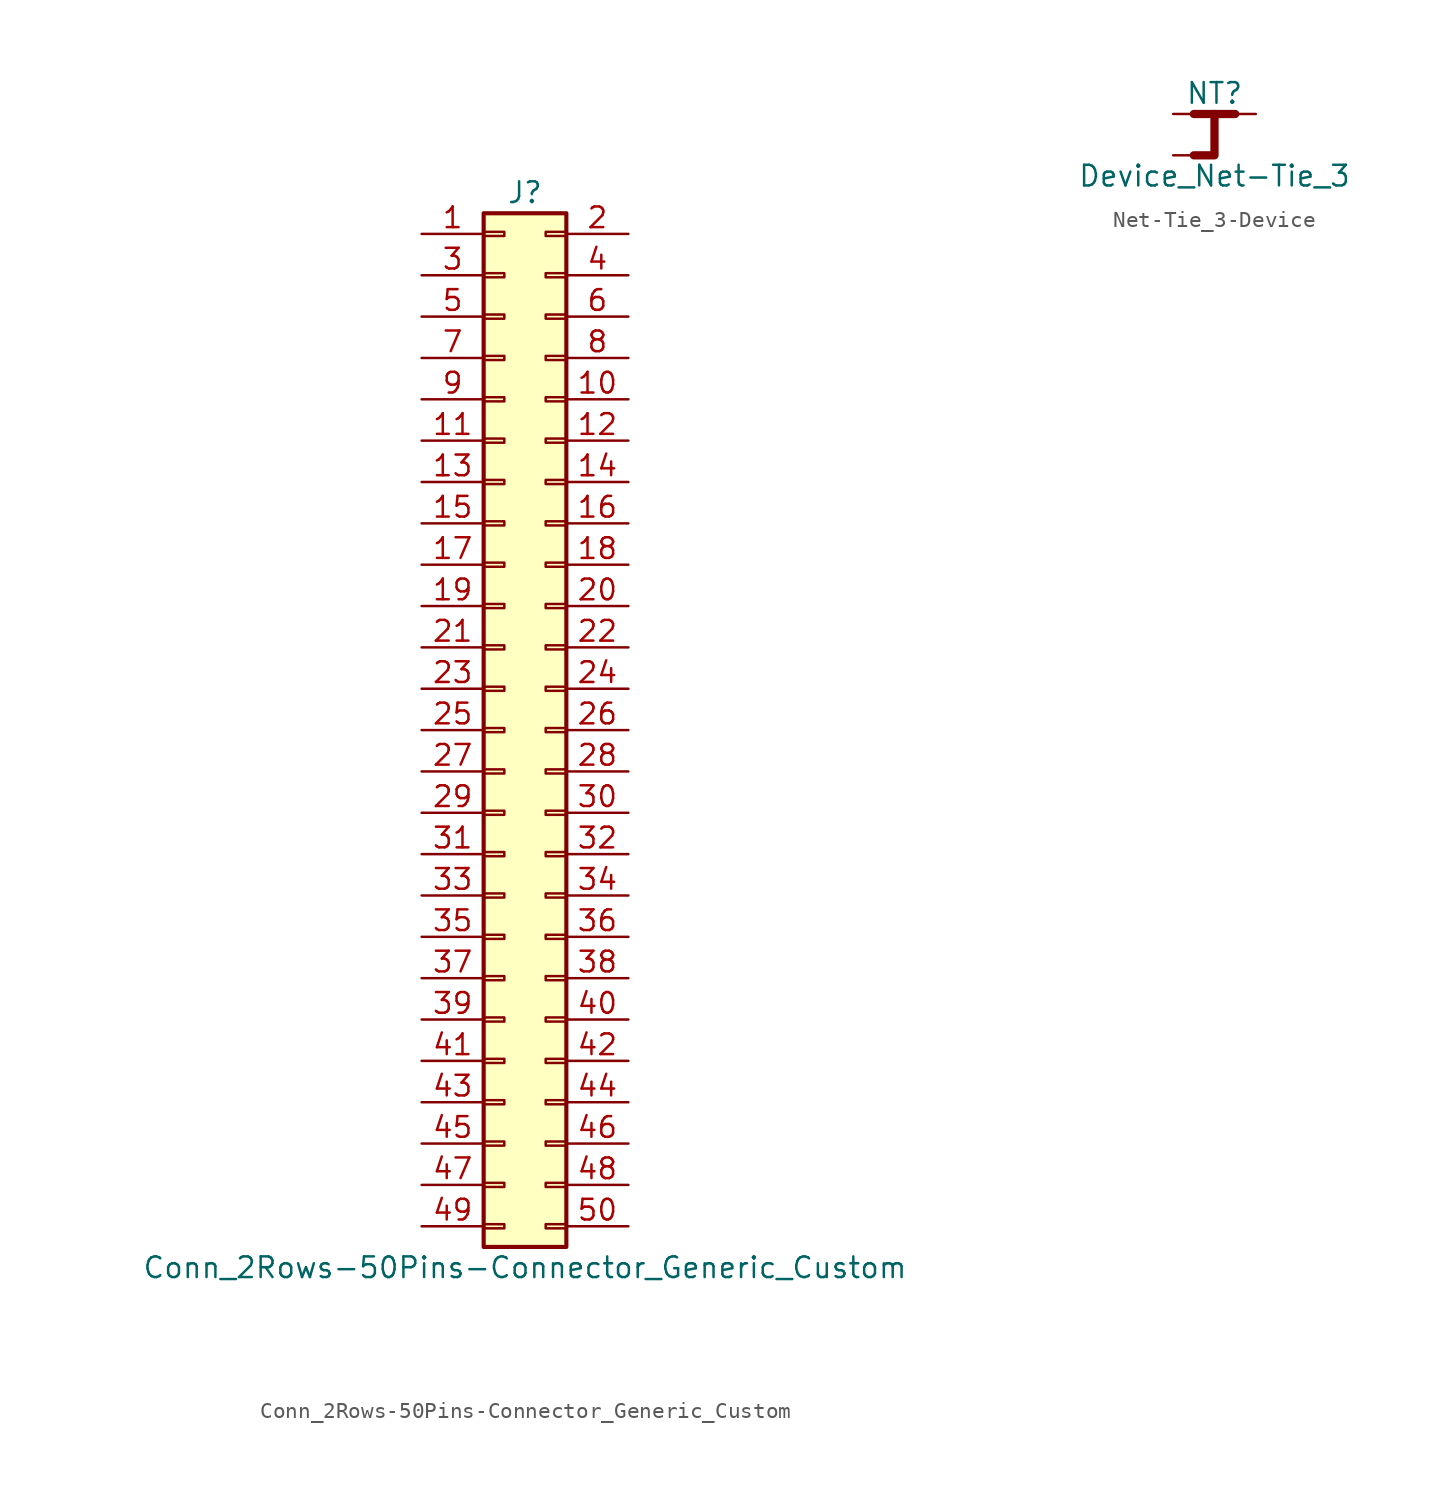
<source format=kicad_sym>
(kicad_symbol_lib
  (version 20231120)
  (generator "kicad_symbol_editor")
  (generator_version "8.0")
  (symbol "Conn_2Rows-50Pins-Connector_Generic_Custom"
    (pin_names
      (offset 1.016) hide)
    (property "Reference" "J"
      (at 1.27 33.02 0)
      (effects (font (size 1.27 1.27))))
    (property "Value" "Conn_2Rows-50Pins-Connector_Generic_Custom"
      (at 1.27 -33.02 0)
      (effects (font (size 1.27 1.27))))
    (symbol "Conn_2Rows-50Pins-Connector_Generic_Custom_1_1"
      (rectangle (start -1.27 -30.353) (end 0 -30.607) (stroke (width 0.152) (type solid)) (fill (type none)))
      (rectangle (start -1.27 -27.813) (end 0 -28.067) (stroke (width 0.152) (type solid)) (fill (type none)))
      (rectangle (start -1.27 -25.273) (end 0 -25.527) (stroke (width 0.152) (type solid)) (fill (type none)))
      (rectangle (start -1.27 -22.733) (end 0 -22.987) (stroke (width 0.152) (type solid)) (fill (type none)))
      (rectangle (start -1.27 -20.193) (end 0 -20.447) (stroke (width 0.152) (type solid)) (fill (type none)))
      (rectangle (start -1.27 -17.653) (end 0 -17.907) (stroke (width 0.152) (type solid)) (fill (type none)))
      (rectangle (start -1.27 -15.113) (end 0 -15.367) (stroke (width 0.152) (type solid)) (fill (type none)))
      (rectangle (start -1.27 -12.573) (end 0 -12.827) (stroke (width 0.152) (type solid)) (fill (type none)))
      (rectangle (start -1.27 -10.033) (end 0 -10.287) (stroke (width 0.152) (type solid)) (fill (type none)))
      (rectangle (start -1.27 -7.493) (end 0 -7.747) (stroke (width 0.152) (type solid)) (fill (type none)))
      (rectangle (start -1.27 -4.953) (end 0 -5.207) (stroke (width 0.152) (type solid)) (fill (type none)))
      (rectangle (start -1.27 -2.413) (end 0 -2.667) (stroke (width 0.152) (type solid)) (fill (type none)))
      (rectangle (start -1.27 0.127) (end 0 -0.127) (stroke (width 0.152) (type solid)) (fill (type none)))
      (rectangle (start -1.27 2.667) (end 0 2.413) (stroke (width 0.152) (type solid)) (fill (type none)))
      (rectangle (start -1.27 5.207) (end 0 4.953) (stroke (width 0.152) (type solid)) (fill (type none)))
      (rectangle (start -1.27 7.747) (end 0 7.493) (stroke (width 0.152) (type solid)) (fill (type none)))
      (rectangle (start -1.27 10.287) (end 0 10.033) (stroke (width 0.152) (type solid)) (fill (type none)))
      (rectangle (start -1.27 12.827) (end 0 12.573) (stroke (width 0.152) (type solid)) (fill (type none)))
      (rectangle (start -1.27 15.367) (end 0 15.113) (stroke (width 0.152) (type solid)) (fill (type none)))
      (rectangle (start -1.27 17.907) (end 0 17.653) (stroke (width 0.152) (type solid)) (fill (type none)))
      (rectangle (start -1.27 20.447) (end 0 20.193) (stroke (width 0.152) (type solid)) (fill (type none)))
      (rectangle (start -1.27 22.987) (end 0 22.733) (stroke (width 0.152) (type solid)) (fill (type none)))
      (rectangle (start -1.27 25.527) (end 0 25.273) (stroke (width 0.152) (type solid)) (fill (type none)))
      (rectangle (start -1.27 28.067) (end 0 27.813) (stroke (width 0.152) (type solid)) (fill (type none)))
      (rectangle (start -1.27 30.607) (end 0 30.353) (stroke (width 0.152) (type solid)) (fill (type none)))
      (rectangle (start -1.27 31.75) (end 3.81 -31.75) (stroke (width 0.254) (type solid)) (fill (type background)))
      (rectangle (start 3.81 -30.353) (end 2.54 -30.607) (stroke (width 0.152) (type solid)) (fill (type none)))
      (rectangle (start 3.81 -27.813) (end 2.54 -28.067) (stroke (width 0.152) (type solid)) (fill (type none)))
      (rectangle (start 3.81 -25.273) (end 2.54 -25.527) (stroke (width 0.152) (type solid)) (fill (type none)))
      (rectangle (start 3.81 -22.733) (end 2.54 -22.987) (stroke (width 0.152) (type solid)) (fill (type none)))
      (rectangle (start 3.81 -20.193) (end 2.54 -20.447) (stroke (width 0.152) (type solid)) (fill (type none)))
      (rectangle (start 3.81 -17.653) (end 2.54 -17.907) (stroke (width 0.152) (type solid)) (fill (type none)))
      (rectangle (start 3.81 -15.113) (end 2.54 -15.367) (stroke (width 0.152) (type solid)) (fill (type none)))
      (rectangle (start 3.81 -12.573) (end 2.54 -12.827) (stroke (width 0.152) (type solid)) (fill (type none)))
      (rectangle (start 3.81 -10.033) (end 2.54 -10.287) (stroke (width 0.152) (type solid)) (fill (type none)))
      (rectangle (start 3.81 -7.493) (end 2.54 -7.747) (stroke (width 0.152) (type solid)) (fill (type none)))
      (rectangle (start 3.81 -4.953) (end 2.54 -5.207) (stroke (width 0.152) (type solid)) (fill (type none)))
      (rectangle (start 3.81 -2.413) (end 2.54 -2.667) (stroke (width 0.152) (type solid)) (fill (type none)))
      (rectangle (start 3.81 0.127) (end 2.54 -0.127) (stroke (width 0.152) (type solid)) (fill (type none)))
      (rectangle (start 3.81 2.667) (end 2.54 2.413) (stroke (width 0.152) (type solid)) (fill (type none)))
      (rectangle (start 3.81 5.207) (end 2.54 4.953) (stroke (width 0.152) (type solid)) (fill (type none)))
      (rectangle (start 3.81 7.747) (end 2.54 7.493) (stroke (width 0.152) (type solid)) (fill (type none)))
      (rectangle (start 3.81 10.287) (end 2.54 10.033) (stroke (width 0.152) (type solid)) (fill (type none)))
      (rectangle (start 3.81 12.827) (end 2.54 12.573) (stroke (width 0.152) (type solid)) (fill (type none)))
      (rectangle (start 3.81 15.367) (end 2.54 15.113) (stroke (width 0.152) (type solid)) (fill (type none)))
      (rectangle (start 3.81 17.907) (end 2.54 17.653) (stroke (width 0.152) (type solid)) (fill (type none)))
      (rectangle (start 3.81 20.447) (end 2.54 20.193) (stroke (width 0.152) (type solid)) (fill (type none)))
      (rectangle (start 3.81 22.987) (end 2.54 22.733) (stroke (width 0.152) (type solid)) (fill (type none)))
      (rectangle (start 3.81 25.527) (end 2.54 25.273) (stroke (width 0.152) (type solid)) (fill (type none)))
      (rectangle (start 3.81 28.067) (end 2.54 27.813) (stroke (width 0.152) (type solid)) (fill (type none)))
      (rectangle (start 3.81 30.607) (end 2.54 30.353) (stroke (width 0.152) (type solid)) (fill (type none)))
      (pin passive line (at -5.08 30.48 0) (length 3.81) (name "Pin_1" (effects (font (size 1.27 1.27)))) (number "1" (effects (font (size 1.27 1.27)))))
      (pin passive line (at 7.62 20.32 180) (length 3.81) (name "Pin_10" (effects (font (size 1.27 1.27)))) (number "10" (effects (font (size 1.27 1.27)))))
      (pin passive line (at -5.08 17.78 0) (length 3.81) (name "Pin_11" (effects (font (size 1.27 1.27)))) (number "11" (effects (font (size 1.27 1.27)))))
      (pin passive line (at 7.62 17.78 180) (length 3.81) (name "Pin_12" (effects (font (size 1.27 1.27)))) (number "12" (effects (font (size 1.27 1.27)))))
      (pin passive line (at -5.08 15.24 0) (length 3.81) (name "Pin_13" (effects (font (size 1.27 1.27)))) (number "13" (effects (font (size 1.27 1.27)))))
      (pin passive line (at 7.62 15.24 180) (length 3.81) (name "Pin_14" (effects (font (size 1.27 1.27)))) (number "14" (effects (font (size 1.27 1.27)))))
      (pin passive line (at -5.08 12.7 0) (length 3.81) (name "Pin_15" (effects (font (size 1.27 1.27)))) (number "15" (effects (font (size 1.27 1.27)))))
      (pin passive line (at 7.62 12.7 180) (length 3.81) (name "Pin_16" (effects (font (size 1.27 1.27)))) (number "16" (effects (font (size 1.27 1.27)))))
      (pin passive line (at -5.08 10.16 0) (length 3.81) (name "Pin_17" (effects (font (size 1.27 1.27)))) (number "17" (effects (font (size 1.27 1.27)))))
      (pin passive line (at 7.62 10.16 180) (length 3.81) (name "Pin_18" (effects (font (size 1.27 1.27)))) (number "18" (effects (font (size 1.27 1.27)))))
      (pin passive line (at -5.08 7.62 0) (length 3.81) (name "Pin_19" (effects (font (size 1.27 1.27)))) (number "19" (effects (font (size 1.27 1.27)))))
      (pin passive line (at 7.62 30.48 180) (length 3.81) (name "Pin_2" (effects (font (size 1.27 1.27)))) (number "2" (effects (font (size 1.27 1.27)))))
      (pin passive line (at 7.62 7.62 180) (length 3.81) (name "Pin_20" (effects (font (size 1.27 1.27)))) (number "20" (effects (font (size 1.27 1.27)))))
      (pin passive line (at -5.08 5.08 0) (length 3.81) (name "Pin_21" (effects (font (size 1.27 1.27)))) (number "21" (effects (font (size 1.27 1.27)))))
      (pin passive line (at 7.62 5.08 180) (length 3.81) (name "Pin_22" (effects (font (size 1.27 1.27)))) (number "22" (effects (font (size 1.27 1.27)))))
      (pin passive line (at -5.08 2.54 0) (length 3.81) (name "Pin_23" (effects (font (size 1.27 1.27)))) (number "23" (effects (font (size 1.27 1.27)))))
      (pin passive line (at 7.62 2.54 180) (length 3.81) (name "Pin_24" (effects (font (size 1.27 1.27)))) (number "24" (effects (font (size 1.27 1.27)))))
      (pin passive line (at -5.08 0 0) (length 3.81) (name "Pin_25" (effects (font (size 1.27 1.27)))) (number "25" (effects (font (size 1.27 1.27)))))
      (pin passive line (at 7.62 0 180) (length 3.81) (name "Pin_26" (effects (font (size 1.27 1.27)))) (number "26" (effects (font (size 1.27 1.27)))))
      (pin passive line (at -5.08 -2.54 0) (length 3.81) (name "Pin_27" (effects (font (size 1.27 1.27)))) (number "27" (effects (font (size 1.27 1.27)))))
      (pin passive line (at 7.62 -2.54 180) (length 3.81) (name "Pin_28" (effects (font (size 1.27 1.27)))) (number "28" (effects (font (size 1.27 1.27)))))
      (pin passive line (at -5.08 -5.08 0) (length 3.81) (name "Pin_29" (effects (font (size 1.27 1.27)))) (number "29" (effects (font (size 1.27 1.27)))))
      (pin passive line (at -5.08 27.94 0) (length 3.81) (name "Pin_3" (effects (font (size 1.27 1.27)))) (number "3" (effects (font (size 1.27 1.27)))))
      (pin passive line (at 7.62 -5.08 180) (length 3.81) (name "Pin_30" (effects (font (size 1.27 1.27)))) (number "30" (effects (font (size 1.27 1.27)))))
      (pin passive line (at -5.08 -7.62 0) (length 3.81) (name "Pin_31" (effects (font (size 1.27 1.27)))) (number "31" (effects (font (size 1.27 1.27)))))
      (pin passive line (at 7.62 -7.62 180) (length 3.81) (name "Pin_32" (effects (font (size 1.27 1.27)))) (number "32" (effects (font (size 1.27 1.27)))))
      (pin passive line (at -5.08 -10.16 0) (length 3.81) (name "Pin_33" (effects (font (size 1.27 1.27)))) (number "33" (effects (font (size 1.27 1.27)))))
      (pin passive line (at 7.62 -10.16 180) (length 3.81) (name "Pin_34" (effects (font (size 1.27 1.27)))) (number "34" (effects (font (size 1.27 1.27)))))
      (pin passive line (at -5.08 -12.7 0) (length 3.81) (name "Pin_35" (effects (font (size 1.27 1.27)))) (number "35" (effects (font (size 1.27 1.27)))))
      (pin passive line (at 7.62 -12.7 180) (length 3.81) (name "Pin_36" (effects (font (size 1.27 1.27)))) (number "36" (effects (font (size 1.27 1.27)))))
      (pin passive line (at -5.08 -15.24 0) (length 3.81) (name "Pin_37" (effects (font (size 1.27 1.27)))) (number "37" (effects (font (size 1.27 1.27)))))
      (pin passive line (at 7.62 -15.24 180) (length 3.81) (name "Pin_38" (effects (font (size 1.27 1.27)))) (number "38" (effects (font (size 1.27 1.27)))))
      (pin passive line (at -5.08 -17.78 0) (length 3.81) (name "Pin_39" (effects (font (size 1.27 1.27)))) (number "39" (effects (font (size 1.27 1.27)))))
      (pin passive line (at 7.62 27.94 180) (length 3.81) (name "Pin_4" (effects (font (size 1.27 1.27)))) (number "4" (effects (font (size 1.27 1.27)))))
      (pin passive line (at 7.62 -17.78 180) (length 3.81) (name "Pin_40" (effects (font (size 1.27 1.27)))) (number "40" (effects (font (size 1.27 1.27)))))
      (pin passive line (at -5.08 -20.32 0) (length 3.81) (name "Pin_41" (effects (font (size 1.27 1.27)))) (number "41" (effects (font (size 1.27 1.27)))))
      (pin passive line (at 7.62 -20.32 180) (length 3.81) (name "Pin_42" (effects (font (size 1.27 1.27)))) (number "42" (effects (font (size 1.27 1.27)))))
      (pin passive line (at -5.08 -22.86 0) (length 3.81) (name "Pin_43" (effects (font (size 1.27 1.27)))) (number "43" (effects (font (size 1.27 1.27)))))
      (pin passive line (at 7.62 -22.86 180) (length 3.81) (name "Pin_44" (effects (font (size 1.27 1.27)))) (number "44" (effects (font (size 1.27 1.27)))))
      (pin passive line (at -5.08 -25.4 0) (length 3.81) (name "Pin_45" (effects (font (size 1.27 1.27)))) (number "45" (effects (font (size 1.27 1.27)))))
      (pin passive line (at 7.62 -25.4 180) (length 3.81) (name "Pin_46" (effects (font (size 1.27 1.27)))) (number "46" (effects (font (size 1.27 1.27)))))
      (pin passive line (at -5.08 -27.94 0) (length 3.81) (name "Pin_47" (effects (font (size 1.27 1.27)))) (number "47" (effects (font (size 1.27 1.27)))))
      (pin passive line (at 7.62 -27.94 180) (length 3.81) (name "Pin_48" (effects (font (size 1.27 1.27)))) (number "48" (effects (font (size 1.27 1.27)))))
      (pin passive line (at -5.08 -30.48 0) (length 3.81) (name "Pin_49" (effects (font (size 1.27 1.27)))) (number "49" (effects (font (size 1.27 1.27)))))
      (pin passive line (at -5.08 25.4 0) (length 3.81) (name "Pin_5" (effects (font (size 1.27 1.27)))) (number "5" (effects (font (size 1.27 1.27)))))
      (pin passive line (at 7.62 -30.48 180) (length 3.81) (name "Pin_50" (effects (font (size 1.27 1.27)))) (number "50" (effects (font (size 1.27 1.27)))))
      (pin passive line (at 7.62 25.4 180) (length 3.81) (name "Pin_6" (effects (font (size 1.27 1.27)))) (number "6" (effects (font (size 1.27 1.27)))))
      (pin passive line (at -5.08 22.86 0) (length 3.81) (name "Pin_7" (effects (font (size 1.27 1.27)))) (number "7" (effects (font (size 1.27 1.27)))))
      (pin passive line (at 7.62 22.86 180) (length 3.81) (name "Pin_8" (effects (font (size 1.27 1.27)))) (number "8" (effects (font (size 1.27 1.27)))))
      (pin passive line (at -5.08 20.32 0) (length 3.81) (name "Pin_9" (effects (font (size 1.27 1.27)))) (number "9" (effects (font (size 1.27 1.27)))))))
  (symbol "Net-Tie_3-Device"
    (pin_numbers hide)
    (pin_names
      (offset 0) hide)
    (property "Reference" "NT"
      (at 0 1.27 0)
      (effects (font (size 1.27 1.27))))
    (property "Value" "Device_Net-Tie_3"
      (at 0 -3.81 0)
      (effects (font (size 1.27 1.27))))
    (symbol "Net-Tie_3-Device_0_1"
      (polyline (pts (xy -1.27 0) (xy 1.27 0)) (stroke (width 0.508) (type solid)) (fill (type none)))
      (polyline (pts (xy 0 0) (xy 0 -2.54) (xy -1.27 -2.54)) (stroke (width 0.508) (type solid)) (fill (type none))))
    (symbol "Net-Tie_3-Device_1_1"
      (pin passive line (at -2.54 0 0) (length 2.54) (name "1" (effects (font (size 1.27 1.27)))) (number "1" (effects (font (size 1.27 1.27)))))
      (pin passive line (at 2.54 0 180) (length 2.54) (name "2" (effects (font (size 1.27 1.27)))) (number "2" (effects (font (size 1.27 1.27)))))
      (pin passive line (at -2.54 -2.54 0) (length 2.54) (name "3" (effects (font (size 1.27 1.27)))) (number "3" (effects (font (size 1.27 1.27))))))))
</source>
